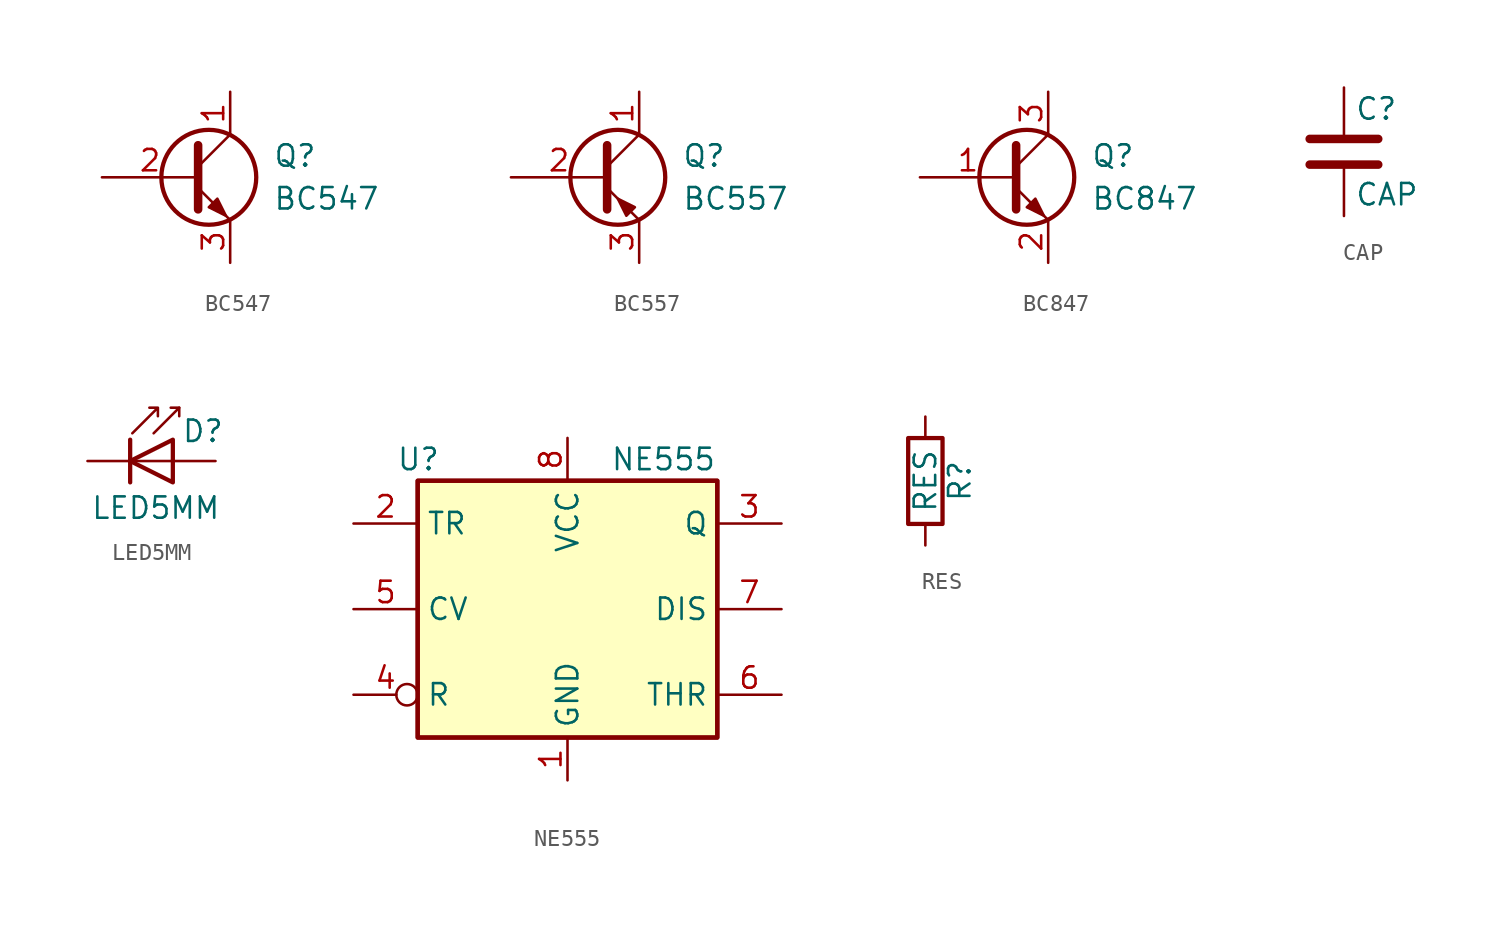
<source format=kicad_sym>
(kicad_symbol_lib
  (version 20231120)
  (generator "kicad_symbol_editor")
  (generator_version "8.0")
  (symbol "BC547"
    (pin_names
      (offset 0) hide)
    (property "Reference" "Q"
      (at 5.08 1.27 0)
      (effects (font (size 1.27 1.27)) (justify left)))
    (property "Value" "BC547"
      (at 5.08 -1.27 0)
      (effects (font (size 1.27 1.27)) (justify left)))
    (symbol "BC547_0_1"
      (polyline (pts (xy 0.635 0.635) (xy 2.54 2.54)) (stroke (width 0) (type default)) (fill (type none)))
      (polyline (pts (xy 0.635 -0.635) (xy 2.54 -2.54) (xy 2.54 -2.54)) (stroke (width 0) (type default)) (fill (type none)))
      (polyline (pts (xy 0.635 1.905) (xy 0.635 -1.905) (xy 0.635 -1.905)) (stroke (width 0.508) (type default)) (fill (type none)))
      (polyline (pts (xy 1.27 -1.778) (xy 1.778 -1.27) (xy 2.286 -2.286) (xy 1.27 -1.778) (xy 1.27 -1.778)) (stroke (width 0) (type default)) (fill (type outline)))
      (circle (center 1.27 0) (radius 2.819) (stroke (width 0.254) (type default)) (fill (type none))))
    (symbol "BC547_1_1"
      (pin passive line (at 2.54 5.08 270) (length 2.54) (name "C" (effects (font (size 1.27 1.27)))) (number "1" (effects (font (size 1.27 1.27)))))
      (pin input line (at -5.08 0 0) (length 5.715) (name "B" (effects (font (size 1.27 1.27)))) (number "2" (effects (font (size 1.27 1.27)))))
      (pin passive line (at 2.54 -5.08 90) (length 2.54) (name "E" (effects (font (size 1.27 1.27)))) (number "3" (effects (font (size 1.27 1.27)))))))
  (symbol "BC557"
    (pin_names
      (offset 0) hide)
    (property "Reference" "Q"
      (at 5.08 1.27 0)
      (effects (font (size 1.27 1.27)) (justify left)))
    (property "Value" "BC557"
      (at 5.08 -1.27 0)
      (effects (font (size 1.27 1.27)) (justify left)))
    (symbol "BC557_0_1"
      (polyline (pts (xy 0.635 0.635) (xy 2.54 2.54)) (stroke (width 0) (type default)) (fill (type none)))
      (polyline (pts (xy 0.635 -0.635) (xy 2.54 -2.54) (xy 2.54 -2.54)) (stroke (width 0) (type default)) (fill (type none)))
      (polyline (pts (xy 0.635 1.905) (xy 0.635 -1.905) (xy 0.635 -1.905)) (stroke (width 0.508) (type default)) (fill (type none)))
      (polyline (pts (xy 2.286 -1.778) (xy 1.778 -2.286) (xy 1.27 -1.27) (xy 2.286 -1.778) (xy 2.286 -1.778)) (stroke (width 0) (type default)) (fill (type outline)))
      (circle (center 1.27 0) (radius 2.819) (stroke (width 0.254) (type default)) (fill (type none))))
    (symbol "BC557_1_1"
      (pin passive line (at 2.54 5.08 270) (length 2.54) (name "C" (effects (font (size 1.27 1.27)))) (number "1" (effects (font (size 1.27 1.27)))))
      (pin input line (at -5.08 0 0) (length 5.715) (name "B" (effects (font (size 1.27 1.27)))) (number "2" (effects (font (size 1.27 1.27)))))
      (pin passive line (at 2.54 -5.08 90) (length 2.54) (name "E" (effects (font (size 1.27 1.27)))) (number "3" (effects (font (size 1.27 1.27)))))))
  (symbol "BC847"
    (pin_names
      (offset 0) hide)
    (property "Reference" "Q"
      (at 5.08 1.27 0)
      (effects (font (size 1.27 1.27)) (justify left)))
    (property "Value" "BC847"
      (at 5.08 -1.27 0)
      (effects (font (size 1.27 1.27)) (justify left)))
    (symbol "BC847_0_1"
      (polyline (pts (xy 0.635 0.635) (xy 2.54 2.54)) (stroke (width 0) (type default)) (fill (type none)))
      (polyline (pts (xy 0.635 -0.635) (xy 2.54 -2.54) (xy 2.54 -2.54)) (stroke (width 0) (type default)) (fill (type none)))
      (polyline (pts (xy 0.635 1.905) (xy 0.635 -1.905) (xy 0.635 -1.905)) (stroke (width 0.508) (type default)) (fill (type none)))
      (polyline (pts (xy 1.27 -1.778) (xy 1.778 -1.27) (xy 2.286 -2.286) (xy 1.27 -1.778) (xy 1.27 -1.778)) (stroke (width 0) (type default)) (fill (type outline)))
      (circle (center 1.27 0) (radius 2.819) (stroke (width 0.254) (type default)) (fill (type none))))
    (symbol "BC847_1_1"
      (pin input line (at -5.08 0 0) (length 5.715) (name "B" (effects (font (size 1.27 1.27)))) (number "1" (effects (font (size 1.27 1.27)))))
      (pin passive line (at 2.54 -5.08 90) (length 2.54) (name "E" (effects (font (size 1.27 1.27)))) (number "2" (effects (font (size 1.27 1.27)))))
      (pin passive line (at 2.54 5.08 270) (length 2.54) (name "C" (effects (font (size 1.27 1.27)))) (number "3" (effects (font (size 1.27 1.27)))))))
  (symbol "CAP"
    (pin_numbers hide)
    (pin_names
      (offset 0.254))
    (property "Reference" "C"
      (at 0.635 2.54 0)
      (effects (font (size 1.27 1.27)) (justify left)))
    (property "Value" "CAP"
      (at 0.635 -2.54 0)
      (effects (font (size 1.27 1.27)) (justify left)))
    (symbol "CAP_0_1"
      (polyline (pts (xy -2.032 -0.762) (xy 2.032 -0.762)) (stroke (width 0.508) (type default)) (fill (type none)))
      (polyline (pts (xy -2.032 0.762) (xy 2.032 0.762)) (stroke (width 0.508) (type default)) (fill (type none))))
    (symbol "CAP_1_1"
      (pin passive line (at 0 3.81 270) (length 2.794) (name "~" (effects (font (size 1.27 1.27)))) (number "1" (effects (font (size 1.27 1.27)))))
      (pin passive line (at 0 -3.81 90) (length 2.794) (name "~" (effects (font (size 1.27 1.27)))) (number "2" (effects (font (size 1.27 1.27)))))))
  (symbol "LED5MM"
    (pin_numbers hide)
    (pin_names
      (offset 1.016) hide)
    (property "Reference" "D"
      (at 0.508 1.778 0)
      (effects (font (size 1.27 1.27)) (justify left)))
    (property "Value" "LED5MM"
      (at -1.016 -2.794 0)
      (effects (font (size 1.27 1.27))))
    (symbol "LED5MM_0_1"
      (polyline (pts (xy -2.54 1.27) (xy -2.54 -1.27)) (stroke (width 0.254) (type default)) (fill (type none)))
      (polyline (pts (xy 0 0) (xy -2.54 0)) (stroke (width 0) (type default)) (fill (type none)))
      (polyline (pts (xy 0.381 3.175) (xy -0.127 3.175)) (stroke (width 0) (type default)) (fill (type none)))
      (polyline (pts (xy -1.143 1.651) (xy 0.381 3.175) (xy 0.381 2.667)) (stroke (width 0) (type default)) (fill (type none)))
      (polyline (pts (xy 0 -1.27) (xy -2.54 0) (xy 0 1.27) (xy 0 -1.27)) (stroke (width 0.254) (type default)) (fill (type none)))
      (polyline (pts (xy -2.413 1.651) (xy -0.889 3.175) (xy -0.889 2.667) (xy -0.889 3.175) (xy -1.397 3.175)) (stroke (width 0) (type default)) (fill (type none))))
    (symbol "LED5MM_1_1"
      (pin passive line (at -5.08 0 0) (length 2.54) (name "K" (effects (font (size 1.27 1.27)))) (number "1" (effects (font (size 1.27 1.27)))))
      (pin passive line (at 2.54 0 180) (length 2.54) (name "A" (effects (font (size 1.27 1.27)))) (number "2" (effects (font (size 1.27 1.27)))))))
  (symbol "NE555"
    (property "Reference" "U"
      (at -10.16 8.89 0)
      (effects (font (size 1.27 1.27)) (justify left)))
    (property "Value" "NE555"
      (at 2.54 8.89 0)
      (effects (font (size 1.27 1.27)) (justify left)))
    (symbol "NE555_0_0"
      (pin power_in line (at 0 -10.16 90) (length 2.54) (name "GND" (effects (font (size 1.27 1.27)))) (number "1" (effects (font (size 1.27 1.27)))))
      (pin power_in line (at 0 10.16 270) (length 2.54) (name "VCC" (effects (font (size 1.27 1.27)))) (number "8" (effects (font (size 1.27 1.27))))))
    (symbol "NE555_0_1"
      (rectangle (start -8.89 -7.62) (end 8.89 7.62) (stroke (width 0.254) (type default)) (fill (type background)))
      (rectangle (start -8.89 -7.62) (end 8.89 7.62) (stroke (width 0.254) (type default)) (fill (type background))))
    (symbol "NE555_1_1"
      (pin input line (at -12.7 5.08 0) (length 3.81) (name "TR" (effects (font (size 1.27 1.27)))) (number "2" (effects (font (size 1.27 1.27)))))
      (pin output line (at 12.7 5.08 180) (length 3.81) (name "Q" (effects (font (size 1.27 1.27)))) (number "3" (effects (font (size 1.27 1.27)))))
      (pin input inverted (at -12.7 -5.08 0) (length 3.81) (name "R" (effects (font (size 1.27 1.27)))) (number "4" (effects (font (size 1.27 1.27)))))
      (pin input line (at -12.7 0 0) (length 3.81) (name "CV" (effects (font (size 1.27 1.27)))) (number "5" (effects (font (size 1.27 1.27)))))
      (pin input line (at 12.7 -5.08 180) (length 3.81) (name "THR" (effects (font (size 1.27 1.27)))) (number "6" (effects (font (size 1.27 1.27)))))
      (pin input line (at 12.7 0 180) (length 3.81) (name "DIS" (effects (font (size 1.27 1.27)))) (number "7" (effects (font (size 1.27 1.27)))))))
  (symbol "RES"
    (pin_numbers hide)
    (pin_names
      (offset 0))
    (property "Reference" "R"
      (at 2.032 0 90)
      (effects (font (size 1.27 1.27))))
    (property "Value" "RES"
      (at 0 0 90)
      (effects (font (size 1.27 1.27))))
    (symbol "RES_0_1"
      (rectangle (start -1.016 -2.54) (end 1.016 2.54) (stroke (width 0.254) (type default)) (fill (type none))))
    (symbol "RES_1_1"
      (pin passive line (at 0 3.81 270) (length 1.27) (name "~" (effects (font (size 1.27 1.27)))) (number "1" (effects (font (size 1.27 1.27)))))
      (pin passive line (at 0 -3.81 90) (length 1.27) (name "~" (effects (font (size 1.27 1.27)))) (number "2" (effects (font (size 1.27 1.27))))))))
</source>
